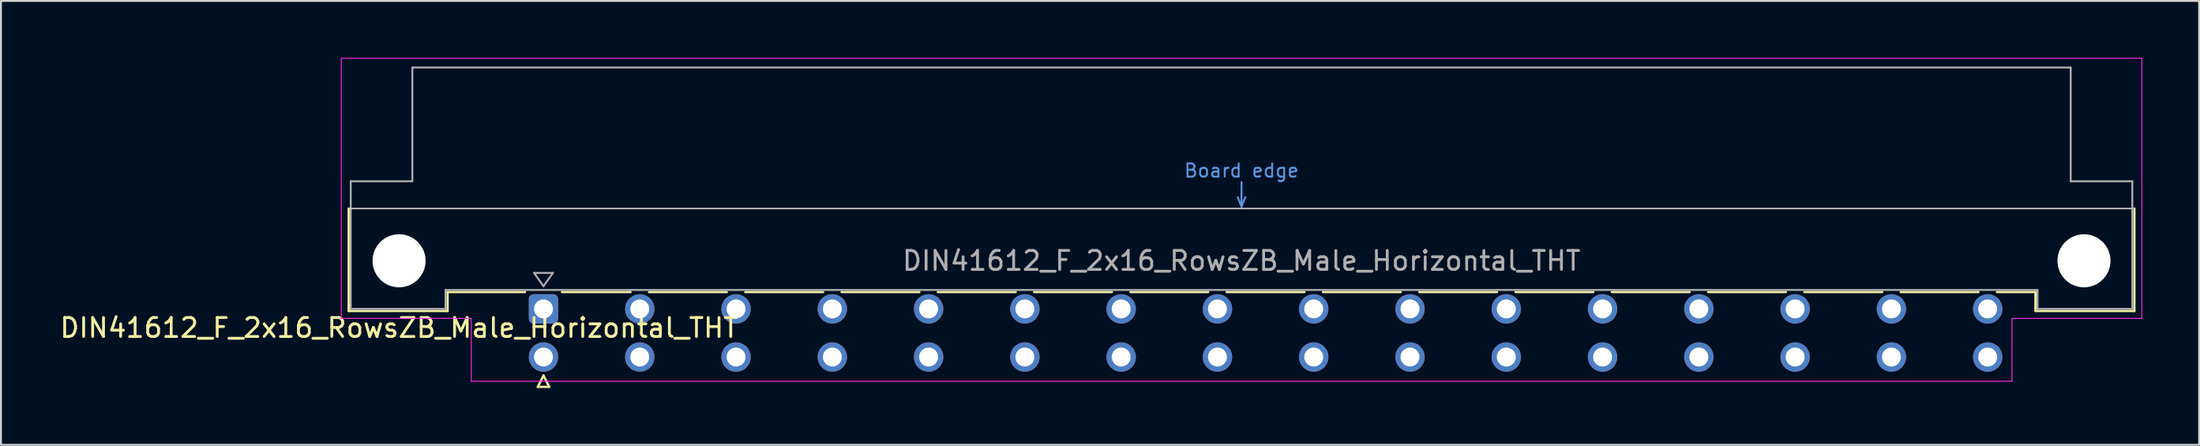
<source format=kicad_pcb>
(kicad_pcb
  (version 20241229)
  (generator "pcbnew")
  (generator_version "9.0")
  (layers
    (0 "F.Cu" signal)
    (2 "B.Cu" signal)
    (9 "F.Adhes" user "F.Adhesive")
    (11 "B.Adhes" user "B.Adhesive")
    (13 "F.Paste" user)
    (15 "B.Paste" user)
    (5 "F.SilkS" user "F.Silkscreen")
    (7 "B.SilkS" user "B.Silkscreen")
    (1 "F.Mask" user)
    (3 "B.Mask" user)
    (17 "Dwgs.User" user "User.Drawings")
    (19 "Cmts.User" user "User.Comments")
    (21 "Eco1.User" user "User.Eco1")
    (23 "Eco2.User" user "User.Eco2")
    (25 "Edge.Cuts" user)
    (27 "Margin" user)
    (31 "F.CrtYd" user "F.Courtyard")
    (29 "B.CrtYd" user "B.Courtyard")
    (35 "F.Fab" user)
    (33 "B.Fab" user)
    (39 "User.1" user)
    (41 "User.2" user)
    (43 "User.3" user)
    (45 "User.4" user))
  (footprint "DIN41612_F_2x16_RowsZB_Male_Horizontal_THT"
    (layer "F.Cu")
    (at 23.086 13.255)
    (property "Reference" "DIN41612_F_2x16_RowsZB_Male_Horizontal_THT" (at -5.08 1 0) (layer "F.SilkS") (effects (font (size 1 1) (thickness 0.15))))
    (attr through_hole)
    (fp_line (start -7.74 -5.3) (end -7.74 0.11) (stroke (width 0.12) (type solid)) (layer "F.SilkS"))
    (fp_line (start -7.74 0.11) (end -2.52 0.11) (stroke (width 0.12) (type solid)) (layer "F.SilkS"))
    (fp_line (start -2.521 -0.89) (end 1.565 -0.89) (stroke (width 0.12) (type solid)) (layer "F.SilkS"))
    (fp_line (start -2.52 0.11) (end -2.52 -0.89) (stroke (width 0.12) (type solid)) (layer "F.SilkS"))
    (fp_line (start 2.24 4.115) (end 2.84 4.115) (stroke (width 0.12) (type solid)) (layer "F.SilkS"))
    (fp_line (start 2.54 3.515) (end 2.24 4.115) (stroke (width 0.12) (type solid)) (layer "F.SilkS"))
    (fp_line (start 2.84 4.115) (end 2.54 3.515) (stroke (width 0.12) (type solid)) (layer "F.SilkS"))
    (fp_line (start 3.515 -0.89) (end 7.133 -0.89) (stroke (width 0.12) (type solid)) (layer "F.SilkS"))
    (fp_line (start 8.108 -0.89) (end 12.213 -0.89) (stroke (width 0.12) (type solid)) (layer "F.SilkS"))
    (fp_line (start 13.188 -0.89) (end 17.293 -0.89) (stroke (width 0.12) (type solid)) (layer "F.SilkS"))
    (fp_line (start 18.268 -0.89) (end 22.373 -0.89) (stroke (width 0.12) (type solid)) (layer "F.SilkS"))
    (fp_line (start 23.348 -0.89) (end 27.453 -0.89) (stroke (width 0.12) (type solid)) (layer "F.SilkS"))
    (fp_line (start 28.428 -0.89) (end 32.533 -0.89) (stroke (width 0.12) (type solid)) (layer "F.SilkS"))
    (fp_line (start 33.508 -0.89) (end 37.613 -0.89) (stroke (width 0.12) (type solid)) (layer "F.SilkS"))
    (fp_line (start 38.588 -0.89) (end 42.693 -0.89) (stroke (width 0.12) (type solid)) (layer "F.SilkS"))
    (fp_line (start 43.668 -0.89) (end 47.773 -0.89) (stroke (width 0.12) (type solid)) (layer "F.SilkS"))
    (fp_line (start 48.748 -0.89) (end 52.853 -0.89) (stroke (width 0.12) (type solid)) (layer "F.SilkS"))
    (fp_line (start 53.828 -0.89) (end 57.933 -0.89) (stroke (width 0.12) (type solid)) (layer "F.SilkS"))
    (fp_line (start 58.908 -0.89) (end 63.013 -0.89) (stroke (width 0.12) (type solid)) (layer "F.SilkS"))
    (fp_line (start 63.988 -0.89) (end 68.093 -0.89) (stroke (width 0.12) (type solid)) (layer "F.SilkS"))
    (fp_line (start 69.068 -0.89) (end 73.173 -0.89) (stroke (width 0.12) (type solid)) (layer "F.SilkS"))
    (fp_line (start 74.148 -0.89) (end 78.253 -0.89) (stroke (width 0.12) (type solid)) (layer "F.SilkS"))
    (fp_line (start 79.228 -0.89) (end 81.26 -0.89) (stroke (width 0.12) (type solid)) (layer "F.SilkS"))
    (fp_line (start 81.26 0.11) (end 81.26 -0.89) (stroke (width 0.12) (type solid)) (layer "F.SilkS"))
    (fp_line (start 86.48 -5.3) (end 86.48 0.11) (stroke (width 0.12) (type solid)) (layer "F.SilkS"))
    (fp_line (start 86.48 0.11) (end 81.26 0.11) (stroke (width 0.12) (type solid)) (layer "F.SilkS"))
    (fp_line (start -7.63 -5.3) (end 86.37 -5.3) (stroke (width 0.08) (type solid)) (layer "Dwgs.User"))
    (fp_line (start 39.17 -5.9) (end 39.37 -5.4) (stroke (width 0.1) (type solid)) (layer "Cmts.User"))
    (fp_line (start 39.37 -5.4) (end 39.37 -6.7) (stroke (width 0.1) (type solid)) (layer "Cmts.User"))
    (fp_line (start 39.37 -5.4) (end 39.57 -5.9) (stroke (width 0.1) (type solid)) (layer "Cmts.User"))
    (fp_line (start -8.13 -13.23) (end -8.13 0.5) (stroke (width 0.05) (type solid)) (layer "F.CrtYd"))
    (fp_line (start -8.13 0.5) (end -1.27 0.5) (stroke (width 0.05) (type solid)) (layer "F.CrtYd"))
    (fp_line (start -1.27 0.5) (end -1.27 3.82) (stroke (width 0.05) (type solid)) (layer "F.CrtYd"))
    (fp_line (start -1.27 3.82) (end 80.02 3.82) (stroke (width 0.05) (type solid)) (layer "F.CrtYd"))
    (fp_line (start 80.02 0.5) (end 86.87 0.5) (stroke (width 0.05) (type solid)) (layer "F.CrtYd"))
    (fp_line (start 80.02 3.82) (end 80.02 0.5) (stroke (width 0.05) (type solid)) (layer "F.CrtYd"))
    (fp_line (start 86.87 -13.23) (end -8.13 -13.23) (stroke (width 0.05) (type solid)) (layer "F.CrtYd"))
    (fp_line (start 86.87 0.5) (end 86.87 -13.23) (stroke (width 0.05) (type solid)) (layer "F.CrtYd"))
    (fp_line (start -7.63 -6.74) (end -7.63 0) (stroke (width 0.1) (type solid)) (layer "F.Fab"))
    (fp_line (start -7.63 0) (end -2.63 0) (stroke (width 0.1) (type solid)) (layer "F.Fab"))
    (fp_line (start -4.38 -12.74) (end -4.38 -6.74) (stroke (width 0.1) (type solid)) (layer "F.Fab"))
    (fp_line (start -4.38 -6.74) (end -7.63 -6.74) (stroke (width 0.1) (type solid)) (layer "F.Fab"))
    (fp_line (start -2.63 -1) (end 81.37 -1) (stroke (width 0.1) (type solid)) (layer "F.Fab"))
    (fp_line (start -2.63 0) (end -2.63 -1) (stroke (width 0.1) (type solid)) (layer "F.Fab"))
    (fp_line (start 2.04 -1.9) (end 3.04 -1.9) (stroke (width 0.1) (type solid)) (layer "F.Fab"))
    (fp_line (start 2.54 -1.2) (end 2.04 -1.9) (stroke (width 0.1) (type solid)) (layer "F.Fab"))
    (fp_line (start 3.04 -1.9) (end 2.54 -1.2) (stroke (width 0.1) (type solid)) (layer "F.Fab"))
    (fp_line (start 81.37 -1) (end 81.37 0) (stroke (width 0.1) (type solid)) (layer "F.Fab"))
    (fp_line (start 81.37 0) (end 86.37 0) (stroke (width 0.1) (type solid)) (layer "F.Fab"))
    (fp_line (start 83.12 -12.74) (end -4.38 -12.74) (stroke (width 0.1) (type solid)) (layer "F.Fab"))
    (fp_line (start 83.12 -6.74) (end 83.12 -12.74) (stroke (width 0.1) (type solid)) (layer "F.Fab"))
    (fp_line (start 86.37 -6.74) (end 83.12 -6.74) (stroke (width 0.1) (type solid)) (layer "F.Fab"))
    (fp_line (start 86.37 0) (end 86.37 -6.74) (stroke (width 0.1) (type solid)) (layer "F.Fab"))
    (fp_text user "Board edge" (at 39.37 -7.3 0) (layer "Cmts.User") (effects (font (size 0.7 0.7) (thickness 0.1))))
    (fp_text user "${REFERENCE}" (at 39.37 -2.54 0) (layer "F.Fab") (effects (font (size 1 1) (thickness 0.15))))
    (pad "" np_thru_hole circle (at -5.08 -2.54) (size 2.8 2.8) (drill 2.8) (layers "*.Cu" "*.Mask"))
    (pad "" np_thru_hole circle (at 83.82 -2.54) (size 2.8 2.8) (drill 2.8) (layers "*.Cu" "*.Mask"))
    (pad "b0" thru_hole circle (at 2.54 2.54) (size 1.55 1.55) (drill 1) (layers "*.Cu" "*.Mask"))
    (pad "b1" thru_hole circle (at 7.62 2.54) (size 1.55 1.55) (drill 1) (layers "*.Cu" "*.Mask"))
    (pad "b2" thru_hole circle (at 12.7 2.54) (size 1.55 1.55) (drill 1) (layers "*.Cu" "*.Mask"))
    (pad "b3" thru_hole circle (at 17.78 2.54) (size 1.55 1.55) (drill 1) (layers "*.Cu" "*.Mask"))
    (pad "b4" thru_hole circle (at 22.86 2.54) (size 1.55 1.55) (drill 1) (layers "*.Cu" "*.Mask"))
    (pad "b5" thru_hole circle (at 27.94 2.54) (size 1.55 1.55) (drill 1) (layers "*.Cu" "*.Mask"))
    (pad "b6" thru_hole circle (at 33.02 2.54) (size 1.55 1.55) (drill 1) (layers "*.Cu" "*.Mask"))
    (pad "b7" thru_hole circle (at 38.1 2.54) (size 1.55 1.55) (drill 1) (layers "*.Cu" "*.Mask"))
    (pad "b8" thru_hole circle (at 43.18 2.54) (size 1.55 1.55) (drill 1) (layers "*.Cu" "*.Mask"))
    (pad "b9" thru_hole circle (at 48.26 2.54) (size 1.55 1.55) (drill 1) (layers "*.Cu" "*.Mask"))
    (pad "b10" thru_hole circle (at 53.34 2.54) (size 1.55 1.55) (drill 1) (layers "*.Cu" "*.Mask"))
    (pad "b11" thru_hole circle (at 58.42 2.54) (size 1.55 1.55) (drill 1) (layers "*.Cu" "*.Mask"))
    (pad "b12" thru_hole circle (at 63.5 2.54) (size 1.55 1.55) (drill 1) (layers "*.Cu" "*.Mask"))
    (pad "b13" thru_hole circle (at 68.58 2.54) (size 1.55 1.55) (drill 1) (layers "*.Cu" "*.Mask"))
    (pad "b14" thru_hole circle (at 73.66 2.54) (size 1.55 1.55) (drill 1) (layers "*.Cu" "*.Mask"))
    (pad "b15" thru_hole circle (at 78.74 2.54) (size 1.55 1.55) (drill 1) (layers "*.Cu" "*.Mask"))
    (pad "z0" thru_hole roundrect (at 2.54 0) (size 1.55 1.55) (drill 1) (layers "*.Cu" "*.Mask") (roundrect_rratio 0.161))
    (pad "z1" thru_hole circle (at 7.62 0) (size 1.55 1.55) (drill 1) (layers "*.Cu" "*.Mask"))
    (pad "z2" thru_hole circle (at 12.7 0) (size 1.55 1.55) (drill 1) (layers "*.Cu" "*.Mask"))
    (pad "z3" thru_hole circle (at 17.78 0) (size 1.55 1.55) (drill 1) (layers "*.Cu" "*.Mask"))
    (pad "z4" thru_hole circle (at 22.86 0) (size 1.55 1.55) (drill 1) (layers "*.Cu" "*.Mask"))
    (pad "z5" thru_hole circle (at 27.94 0) (size 1.55 1.55) (drill 1) (layers "*.Cu" "*.Mask"))
    (pad "z6" thru_hole circle (at 33.02 0) (size 1.55 1.55) (drill 1) (layers "*.Cu" "*.Mask"))
    (pad "z7" thru_hole circle (at 38.1 0) (size 1.55 1.55) (drill 1) (layers "*.Cu" "*.Mask"))
    (pad "z8" thru_hole circle (at 43.18 0) (size 1.55 1.55) (drill 1) (layers "*.Cu" "*.Mask"))
    (pad "z9" thru_hole circle (at 48.26 0) (size 1.55 1.55) (drill 1) (layers "*.Cu" "*.Mask"))
    (pad "z10" thru_hole circle (at 53.34 0) (size 1.55 1.55) (drill 1) (layers "*.Cu" "*.Mask"))
    (pad "z11" thru_hole circle (at 58.42 0) (size 1.55 1.55) (drill 1) (layers "*.Cu" "*.Mask"))
    (pad "z12" thru_hole circle (at 63.5 0) (size 1.55 1.55) (drill 1) (layers "*.Cu" "*.Mask"))
    (pad "z13" thru_hole circle (at 68.58 0) (size 1.55 1.55) (drill 1) (layers "*.Cu" "*.Mask"))
    (pad "z14" thru_hole circle (at 73.66 0) (size 1.55 1.55) (drill 1) (layers "*.Cu" "*.Mask"))
    (pad "z15" thru_hole circle (at 78.74 0) (size 1.55 1.55) (drill 1) (layers "*.Cu" "*.Mask")))
  (gr_rect
    (start -3 -3)
    (end 112.981 20.43)
    (stroke (width 0.1) (type default))
    (fill no)
    (layer "Edge.Cuts")))
</source>
